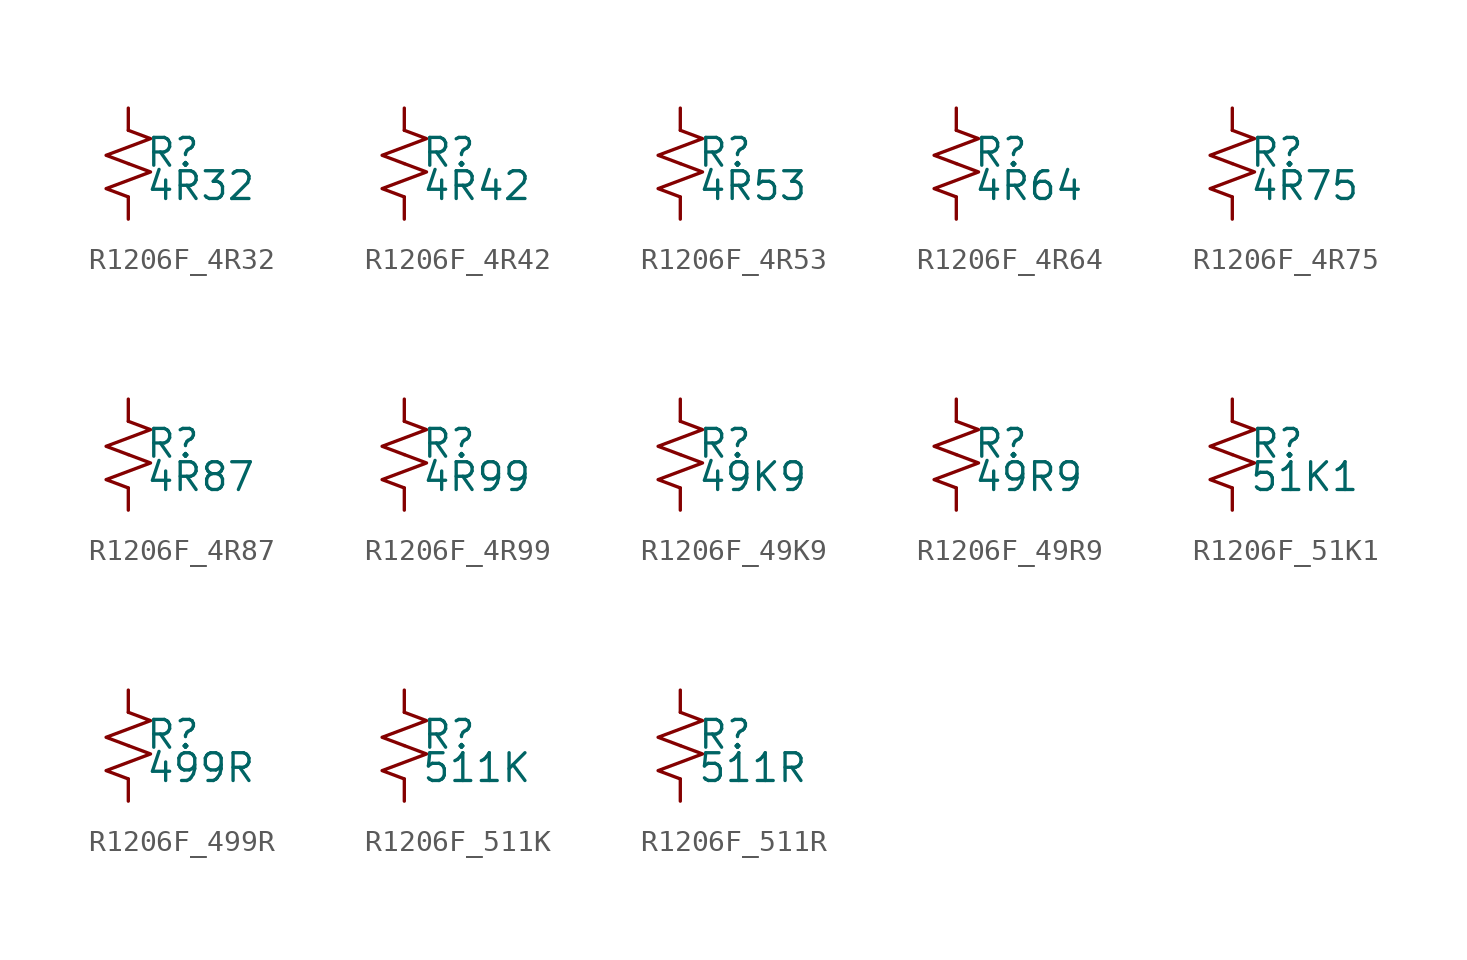
<source format=kicad_sym>
(kicad_symbol_lib
  (version 20220914)
  (generator kicad_symbol_editor)
  (symbol "R1206F_4R32"
    (pin_numbers hide)
    (pin_names
      (offset 0.254) hide)
    (property "Reference" "R"
      (at 0.762 0.508 0)
      (effects (font (size 1.27 1.27)) (justify left)))
    (property "Value" "4R32"
      (at 0.762 -1.016 0)
      (effects (font (size 1.27 1.27)) (justify left)))
    (symbol "R1206F_4R32_1_1"
      (polyline (pts (xy 0 0) (xy 1.016 -0.381) (xy 0 -0.762) (xy -1.016 -1.143) (xy 0 -1.524)) (stroke (width 0) (type default)) (fill (type none)))
      (polyline (pts (xy 0 1.524) (xy 1.016 1.143) (xy 0 0.762) (xy -1.016 0.381) (xy 0 0)) (stroke (width 0) (type default)) (fill (type none)))
      (pin passive line (at 0 2.54 270) (length 1.016) (name "~" (effects (font (size 1.27 1.27)))) (number "1" (effects (font (size 1.27 1.27)))))
      (pin passive line (at 0 -2.54 90) (length 1.016) (name "~" (effects (font (size 1.27 1.27)))) (number "2" (effects (font (size 1.27 1.27)))))))
  (symbol "R1206F_4R42"
    (pin_numbers hide)
    (pin_names
      (offset 0.254) hide)
    (property "Reference" "R"
      (at 0.762 0.508 0)
      (effects (font (size 1.27 1.27)) (justify left)))
    (property "Value" "4R42"
      (at 0.762 -1.016 0)
      (effects (font (size 1.27 1.27)) (justify left)))
    (symbol "R1206F_4R42_1_1"
      (polyline (pts (xy 0 0) (xy 1.016 -0.381) (xy 0 -0.762) (xy -1.016 -1.143) (xy 0 -1.524)) (stroke (width 0) (type default)) (fill (type none)))
      (polyline (pts (xy 0 1.524) (xy 1.016 1.143) (xy 0 0.762) (xy -1.016 0.381) (xy 0 0)) (stroke (width 0) (type default)) (fill (type none)))
      (pin passive line (at 0 2.54 270) (length 1.016) (name "~" (effects (font (size 1.27 1.27)))) (number "1" (effects (font (size 1.27 1.27)))))
      (pin passive line (at 0 -2.54 90) (length 1.016) (name "~" (effects (font (size 1.27 1.27)))) (number "2" (effects (font (size 1.27 1.27)))))))
  (symbol "R1206F_4R53"
    (pin_numbers hide)
    (pin_names
      (offset 0.254) hide)
    (property "Reference" "R"
      (at 0.762 0.508 0)
      (effects (font (size 1.27 1.27)) (justify left)))
    (property "Value" "4R53"
      (at 0.762 -1.016 0)
      (effects (font (size 1.27 1.27)) (justify left)))
    (symbol "R1206F_4R53_1_1"
      (polyline (pts (xy 0 0) (xy 1.016 -0.381) (xy 0 -0.762) (xy -1.016 -1.143) (xy 0 -1.524)) (stroke (width 0) (type default)) (fill (type none)))
      (polyline (pts (xy 0 1.524) (xy 1.016 1.143) (xy 0 0.762) (xy -1.016 0.381) (xy 0 0)) (stroke (width 0) (type default)) (fill (type none)))
      (pin passive line (at 0 2.54 270) (length 1.016) (name "~" (effects (font (size 1.27 1.27)))) (number "1" (effects (font (size 1.27 1.27)))))
      (pin passive line (at 0 -2.54 90) (length 1.016) (name "~" (effects (font (size 1.27 1.27)))) (number "2" (effects (font (size 1.27 1.27)))))))
  (symbol "R1206F_4R64"
    (pin_numbers hide)
    (pin_names
      (offset 0.254) hide)
    (property "Reference" "R"
      (at 0.762 0.508 0)
      (effects (font (size 1.27 1.27)) (justify left)))
    (property "Value" "4R64"
      (at 0.762 -1.016 0)
      (effects (font (size 1.27 1.27)) (justify left)))
    (symbol "R1206F_4R64_1_1"
      (polyline (pts (xy 0 0) (xy 1.016 -0.381) (xy 0 -0.762) (xy -1.016 -1.143) (xy 0 -1.524)) (stroke (width 0) (type default)) (fill (type none)))
      (polyline (pts (xy 0 1.524) (xy 1.016 1.143) (xy 0 0.762) (xy -1.016 0.381) (xy 0 0)) (stroke (width 0) (type default)) (fill (type none)))
      (pin passive line (at 0 2.54 270) (length 1.016) (name "~" (effects (font (size 1.27 1.27)))) (number "1" (effects (font (size 1.27 1.27)))))
      (pin passive line (at 0 -2.54 90) (length 1.016) (name "~" (effects (font (size 1.27 1.27)))) (number "2" (effects (font (size 1.27 1.27)))))))
  (symbol "R1206F_4R75"
    (pin_numbers hide)
    (pin_names
      (offset 0.254) hide)
    (property "Reference" "R"
      (at 0.762 0.508 0)
      (effects (font (size 1.27 1.27)) (justify left)))
    (property "Value" "4R75"
      (at 0.762 -1.016 0)
      (effects (font (size 1.27 1.27)) (justify left)))
    (symbol "R1206F_4R75_1_1"
      (polyline (pts (xy 0 0) (xy 1.016 -0.381) (xy 0 -0.762) (xy -1.016 -1.143) (xy 0 -1.524)) (stroke (width 0) (type default)) (fill (type none)))
      (polyline (pts (xy 0 1.524) (xy 1.016 1.143) (xy 0 0.762) (xy -1.016 0.381) (xy 0 0)) (stroke (width 0) (type default)) (fill (type none)))
      (pin passive line (at 0 2.54 270) (length 1.016) (name "~" (effects (font (size 1.27 1.27)))) (number "1" (effects (font (size 1.27 1.27)))))
      (pin passive line (at 0 -2.54 90) (length 1.016) (name "~" (effects (font (size 1.27 1.27)))) (number "2" (effects (font (size 1.27 1.27)))))))
  (symbol "R1206F_4R87"
    (pin_numbers hide)
    (pin_names
      (offset 0.254) hide)
    (property "Reference" "R"
      (at 0.762 0.508 0)
      (effects (font (size 1.27 1.27)) (justify left)))
    (property "Value" "4R87"
      (at 0.762 -1.016 0)
      (effects (font (size 1.27 1.27)) (justify left)))
    (symbol "R1206F_4R87_1_1"
      (polyline (pts (xy 0 0) (xy 1.016 -0.381) (xy 0 -0.762) (xy -1.016 -1.143) (xy 0 -1.524)) (stroke (width 0) (type default)) (fill (type none)))
      (polyline (pts (xy 0 1.524) (xy 1.016 1.143) (xy 0 0.762) (xy -1.016 0.381) (xy 0 0)) (stroke (width 0) (type default)) (fill (type none)))
      (pin passive line (at 0 2.54 270) (length 1.016) (name "~" (effects (font (size 1.27 1.27)))) (number "1" (effects (font (size 1.27 1.27)))))
      (pin passive line (at 0 -2.54 90) (length 1.016) (name "~" (effects (font (size 1.27 1.27)))) (number "2" (effects (font (size 1.27 1.27)))))))
  (symbol "R1206F_4R99"
    (pin_numbers hide)
    (pin_names
      (offset 0.254) hide)
    (property "Reference" "R"
      (at 0.762 0.508 0)
      (effects (font (size 1.27 1.27)) (justify left)))
    (property "Value" "4R99"
      (at 0.762 -1.016 0)
      (effects (font (size 1.27 1.27)) (justify left)))
    (symbol "R1206F_4R99_1_1"
      (polyline (pts (xy 0 0) (xy 1.016 -0.381) (xy 0 -0.762) (xy -1.016 -1.143) (xy 0 -1.524)) (stroke (width 0) (type default)) (fill (type none)))
      (polyline (pts (xy 0 1.524) (xy 1.016 1.143) (xy 0 0.762) (xy -1.016 0.381) (xy 0 0)) (stroke (width 0) (type default)) (fill (type none)))
      (pin passive line (at 0 2.54 270) (length 1.016) (name "~" (effects (font (size 1.27 1.27)))) (number "1" (effects (font (size 1.27 1.27)))))
      (pin passive line (at 0 -2.54 90) (length 1.016) (name "~" (effects (font (size 1.27 1.27)))) (number "2" (effects (font (size 1.27 1.27)))))))
  (symbol "R1206F_49K9"
    (pin_numbers hide)
    (pin_names
      (offset 0.254) hide)
    (property "Reference" "R"
      (at 0.762 0.508 0)
      (effects (font (size 1.27 1.27)) (justify left)))
    (property "Value" "49K9"
      (at 0.762 -1.016 0)
      (effects (font (size 1.27 1.27)) (justify left)))
    (symbol "R1206F_49K9_1_1"
      (polyline (pts (xy 0 0) (xy 1.016 -0.381) (xy 0 -0.762) (xy -1.016 -1.143) (xy 0 -1.524)) (stroke (width 0) (type default)) (fill (type none)))
      (polyline (pts (xy 0 1.524) (xy 1.016 1.143) (xy 0 0.762) (xy -1.016 0.381) (xy 0 0)) (stroke (width 0) (type default)) (fill (type none)))
      (pin passive line (at 0 2.54 270) (length 1.016) (name "~" (effects (font (size 1.27 1.27)))) (number "1" (effects (font (size 1.27 1.27)))))
      (pin passive line (at 0 -2.54 90) (length 1.016) (name "~" (effects (font (size 1.27 1.27)))) (number "2" (effects (font (size 1.27 1.27)))))))
  (symbol "R1206F_49R9"
    (pin_numbers hide)
    (pin_names
      (offset 0.254) hide)
    (property "Reference" "R"
      (at 0.762 0.508 0)
      (effects (font (size 1.27 1.27)) (justify left)))
    (property "Value" "49R9"
      (at 0.762 -1.016 0)
      (effects (font (size 1.27 1.27)) (justify left)))
    (symbol "R1206F_49R9_1_1"
      (polyline (pts (xy 0 0) (xy 1.016 -0.381) (xy 0 -0.762) (xy -1.016 -1.143) (xy 0 -1.524)) (stroke (width 0) (type default)) (fill (type none)))
      (polyline (pts (xy 0 1.524) (xy 1.016 1.143) (xy 0 0.762) (xy -1.016 0.381) (xy 0 0)) (stroke (width 0) (type default)) (fill (type none)))
      (pin passive line (at 0 2.54 270) (length 1.016) (name "~" (effects (font (size 1.27 1.27)))) (number "1" (effects (font (size 1.27 1.27)))))
      (pin passive line (at 0 -2.54 90) (length 1.016) (name "~" (effects (font (size 1.27 1.27)))) (number "2" (effects (font (size 1.27 1.27)))))))
  (symbol "R1206F_51K1"
    (pin_numbers hide)
    (pin_names
      (offset 0.254) hide)
    (property "Reference" "R"
      (at 0.762 0.508 0)
      (effects (font (size 1.27 1.27)) (justify left)))
    (property "Value" "51K1"
      (at 0.762 -1.016 0)
      (effects (font (size 1.27 1.27)) (justify left)))
    (symbol "R1206F_51K1_1_1"
      (polyline (pts (xy 0 0) (xy 1.016 -0.381) (xy 0 -0.762) (xy -1.016 -1.143) (xy 0 -1.524)) (stroke (width 0) (type default)) (fill (type none)))
      (polyline (pts (xy 0 1.524) (xy 1.016 1.143) (xy 0 0.762) (xy -1.016 0.381) (xy 0 0)) (stroke (width 0) (type default)) (fill (type none)))
      (pin passive line (at 0 2.54 270) (length 1.016) (name "~" (effects (font (size 1.27 1.27)))) (number "1" (effects (font (size 1.27 1.27)))))
      (pin passive line (at 0 -2.54 90) (length 1.016) (name "~" (effects (font (size 1.27 1.27)))) (number "2" (effects (font (size 1.27 1.27)))))))
  (symbol "R1206F_499R"
    (pin_numbers hide)
    (pin_names
      (offset 0.254) hide)
    (property "Reference" "R"
      (at 0.762 0.508 0)
      (effects (font (size 1.27 1.27)) (justify left)))
    (property "Value" "499R"
      (at 0.762 -1.016 0)
      (effects (font (size 1.27 1.27)) (justify left)))
    (symbol "R1206F_499R_1_1"
      (polyline (pts (xy 0 0) (xy 1.016 -0.381) (xy 0 -0.762) (xy -1.016 -1.143) (xy 0 -1.524)) (stroke (width 0) (type default)) (fill (type none)))
      (polyline (pts (xy 0 1.524) (xy 1.016 1.143) (xy 0 0.762) (xy -1.016 0.381) (xy 0 0)) (stroke (width 0) (type default)) (fill (type none)))
      (pin passive line (at 0 2.54 270) (length 1.016) (name "~" (effects (font (size 1.27 1.27)))) (number "1" (effects (font (size 1.27 1.27)))))
      (pin passive line (at 0 -2.54 90) (length 1.016) (name "~" (effects (font (size 1.27 1.27)))) (number "2" (effects (font (size 1.27 1.27)))))))
  (symbol "R1206F_511K"
    (pin_numbers hide)
    (pin_names
      (offset 0.254) hide)
    (property "Reference" "R"
      (at 0.762 0.508 0)
      (effects (font (size 1.27 1.27)) (justify left)))
    (property "Value" "511K"
      (at 0.762 -1.016 0)
      (effects (font (size 1.27 1.27)) (justify left)))
    (symbol "R1206F_511K_1_1"
      (polyline (pts (xy 0 0) (xy 1.016 -0.381) (xy 0 -0.762) (xy -1.016 -1.143) (xy 0 -1.524)) (stroke (width 0) (type default)) (fill (type none)))
      (polyline (pts (xy 0 1.524) (xy 1.016 1.143) (xy 0 0.762) (xy -1.016 0.381) (xy 0 0)) (stroke (width 0) (type default)) (fill (type none)))
      (pin passive line (at 0 2.54 270) (length 1.016) (name "~" (effects (font (size 1.27 1.27)))) (number "1" (effects (font (size 1.27 1.27)))))
      (pin passive line (at 0 -2.54 90) (length 1.016) (name "~" (effects (font (size 1.27 1.27)))) (number "2" (effects (font (size 1.27 1.27)))))))
  (symbol "R1206F_511R"
    (pin_numbers hide)
    (pin_names
      (offset 0.254) hide)
    (property "Reference" "R"
      (at 0.762 0.508 0)
      (effects (font (size 1.27 1.27)) (justify left)))
    (property "Value" "511R"
      (at 0.762 -1.016 0)
      (effects (font (size 1.27 1.27)) (justify left)))
    (symbol "R1206F_511R_1_1"
      (polyline (pts (xy 0 0) (xy 1.016 -0.381) (xy 0 -0.762) (xy -1.016 -1.143) (xy 0 -1.524)) (stroke (width 0) (type default)) (fill (type none)))
      (polyline (pts (xy 0 1.524) (xy 1.016 1.143) (xy 0 0.762) (xy -1.016 0.381) (xy 0 0)) (stroke (width 0) (type default)) (fill (type none)))
      (pin passive line (at 0 2.54 270) (length 1.016) (name "~" (effects (font (size 1.27 1.27)))) (number "1" (effects (font (size 1.27 1.27)))))
      (pin passive line (at 0 -2.54 90) (length 1.016) (name "~" (effects (font (size 1.27 1.27)))) (number "2" (effects (font (size 1.27 1.27))))))))
</source>
